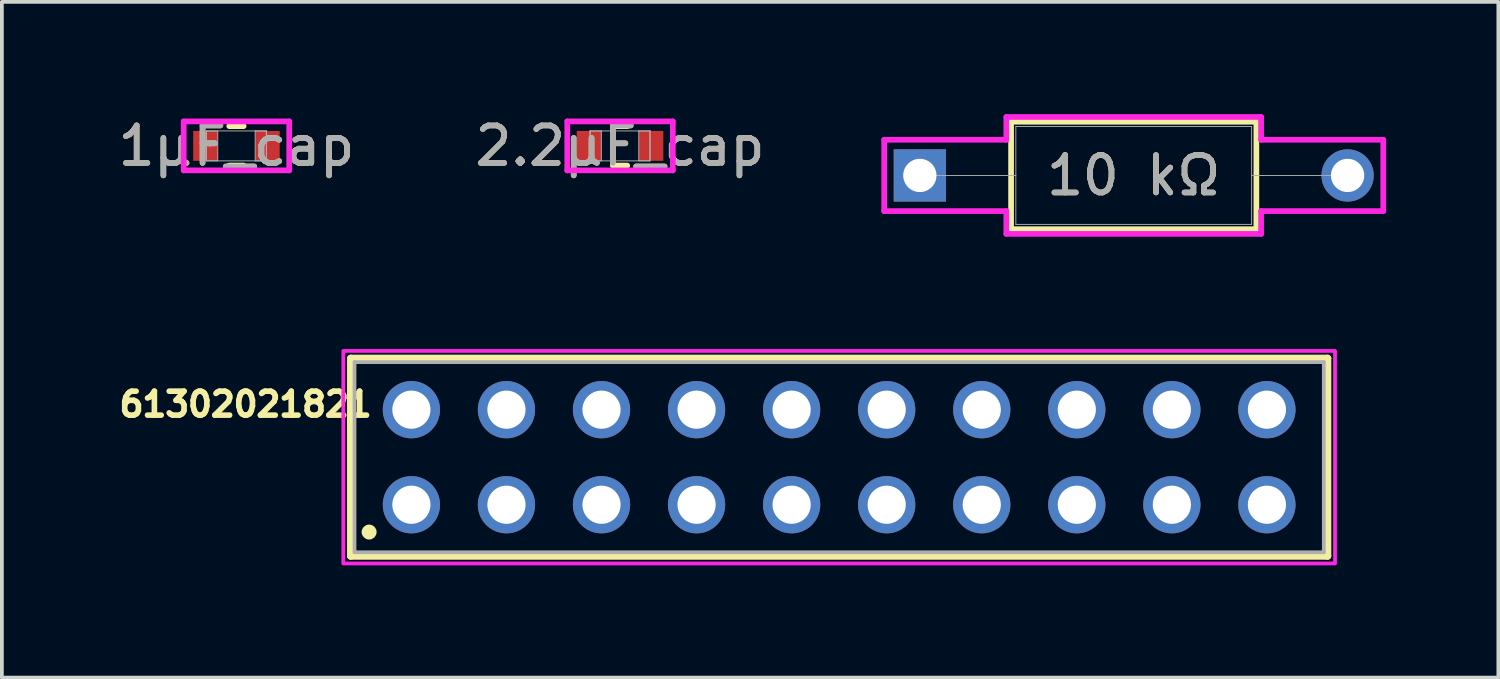
<source format=kicad_pcb>
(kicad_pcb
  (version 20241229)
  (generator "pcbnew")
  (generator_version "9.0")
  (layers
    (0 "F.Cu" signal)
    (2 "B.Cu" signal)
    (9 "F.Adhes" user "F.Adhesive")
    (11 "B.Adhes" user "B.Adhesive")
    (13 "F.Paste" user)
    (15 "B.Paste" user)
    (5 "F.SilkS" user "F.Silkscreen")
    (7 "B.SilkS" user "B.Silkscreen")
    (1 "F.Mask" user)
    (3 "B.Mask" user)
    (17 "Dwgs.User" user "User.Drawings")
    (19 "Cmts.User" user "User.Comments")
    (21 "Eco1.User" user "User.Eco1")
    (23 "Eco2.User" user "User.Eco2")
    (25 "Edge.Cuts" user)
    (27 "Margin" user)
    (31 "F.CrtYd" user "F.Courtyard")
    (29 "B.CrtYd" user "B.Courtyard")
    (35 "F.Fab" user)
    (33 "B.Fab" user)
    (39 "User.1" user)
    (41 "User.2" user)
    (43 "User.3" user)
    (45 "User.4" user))
  (footprint "10 kΩ"
    (layer "F.Cu")
    (at 21.529 1.638)
    (property "Reference" "10 kΩ" (at 5.715 0 0) (unlocked yes) (layer "F.SilkS") (effects (font (size 1 1) (thickness 0.15))))
    (attr through_hole)
    (fp_line (start 2.438 -1.435) (end 2.438 1.435) (stroke (width 0.152) (type solid)) (layer "F.SilkS"))
    (fp_line (start 2.438 1.435) (end 8.992 1.435) (stroke (width 0.152) (type solid)) (layer "F.SilkS"))
    (fp_line (start 8.992 -1.435) (end 2.438 -1.435) (stroke (width 0.152) (type solid)) (layer "F.SilkS"))
    (fp_line (start 8.992 1.435) (end 8.992 -1.435) (stroke (width 0.152) (type solid)) (layer "F.SilkS"))
    (fp_line (start -0.953 -0.953) (end 2.311 -0.953) (stroke (width 0.152) (type solid)) (layer "F.CrtYd"))
    (fp_line (start -0.953 0.953) (end -0.953 -0.953) (stroke (width 0.152) (type solid)) (layer "F.CrtYd"))
    (fp_line (start 2.311 -1.562) (end 9.119 -1.562) (stroke (width 0.152) (type solid)) (layer "F.CrtYd"))
    (fp_line (start 2.311 -0.953) (end 2.311 -1.562) (stroke (width 0.152) (type solid)) (layer "F.CrtYd"))
    (fp_line (start 2.311 0.953) (end -0.953 0.953) (stroke (width 0.152) (type solid)) (layer "F.CrtYd"))
    (fp_line (start 2.311 1.562) (end 2.311 0.953) (stroke (width 0.152) (type solid)) (layer "F.CrtYd"))
    (fp_line (start 9.119 -1.562) (end 9.119 -0.953) (stroke (width 0.152) (type solid)) (layer "F.CrtYd"))
    (fp_line (start 9.119 -0.953) (end 12.383 -0.953) (stroke (width 0.152) (type solid)) (layer "F.CrtYd"))
    (fp_line (start 9.119 0.953) (end 9.119 1.562) (stroke (width 0.152) (type solid)) (layer "F.CrtYd"))
    (fp_line (start 9.119 1.562) (end 2.311 1.562) (stroke (width 0.152) (type solid)) (layer "F.CrtYd"))
    (fp_line (start 12.383 -0.953) (end 12.383 0.953) (stroke (width 0.152) (type solid)) (layer "F.CrtYd"))
    (fp_line (start 12.383 0.953) (end 9.119 0.953) (stroke (width 0.152) (type solid)) (layer "F.CrtYd"))
    (fp_line (start 0 0) (end 2.565 0) (stroke (width 0.025) (type solid)) (layer "F.Fab"))
    (fp_line (start 2.565 -1.308) (end 2.565 1.308) (stroke (width 0.025) (type solid)) (layer "F.Fab"))
    (fp_line (start 2.565 1.308) (end 8.865 1.308) (stroke (width 0.025) (type solid)) (layer "F.Fab"))
    (fp_line (start 8.865 -1.308) (end 2.565 -1.308) (stroke (width 0.025) (type solid)) (layer "F.Fab"))
    (fp_line (start 8.865 1.308) (end 8.865 -1.308) (stroke (width 0.025) (type solid)) (layer "F.Fab"))
    (fp_line (start 11.43 0) (end 8.865 0) (stroke (width 0.025) (type solid)) (layer "F.Fab"))
    (fp_text user "${REFERENCE}" (at 5.715 0 0) (unlocked yes) (layer "F.Fab") (effects (font (size 1 1) (thickness 0.15))))
    (pad "1" thru_hole rect (at 0 0) (size 1.397 1.397) (drill 0.889) (layers "*.Cu" "*.Mask"))
    (pad "2" thru_hole circle (at 11.43 0) (size 1.397 1.397) (drill 0.889) (layers "*.Cu" "*.Mask")))
  (footprint "2.2µF_cap"
    (layer "F.Cu")
    (at 13.518 0.848)
    (property "Reference" "2.2µF_cap" (at 0 0 0) (unlocked yes) (layer "F.SilkS") (effects (font (size 1 1) (thickness 0.15))))
    (attr smd)
    (fp_line (start -0.192 0.527) (end 0.192 0.527) (stroke (width 0.152) (type solid)) (layer "F.SilkS"))
    (fp_line (start 0.192 -0.527) (end -0.192 -0.527) (stroke (width 0.152) (type solid)) (layer "F.SilkS"))
    (fp_line (start -1.41 -0.654) (end 1.41 -0.654) (stroke (width 0.152) (type solid)) (layer "F.CrtYd"))
    (fp_line (start -1.41 0.654) (end -1.41 -0.654) (stroke (width 0.152) (type solid)) (layer "F.CrtYd"))
    (fp_line (start 1.41 -0.654) (end 1.41 0.654) (stroke (width 0.152) (type solid)) (layer "F.CrtYd"))
    (fp_line (start 1.41 0.654) (end -1.41 0.654) (stroke (width 0.152) (type solid)) (layer "F.CrtYd"))
    (fp_line (start -0.8 -0.4) (end -0.8 0.4) (stroke (width 0.025) (type solid)) (layer "F.Fab"))
    (fp_line (start -0.8 -0.4) (end -0.8 0.4) (stroke (width 0.025) (type solid)) (layer "F.Fab"))
    (fp_line (start -0.8 0.4) (end -0.5 0.4) (stroke (width 0.025) (type solid)) (layer "F.Fab"))
    (fp_line (start -0.8 0.4) (end 0.8 0.4) (stroke (width 0.025) (type solid)) (layer "F.Fab"))
    (fp_line (start -0.5 -0.4) (end -0.8 -0.4) (stroke (width 0.025) (type solid)) (layer "F.Fab"))
    (fp_line (start -0.5 0.4) (end -0.5 -0.4) (stroke (width 0.025) (type solid)) (layer "F.Fab"))
    (fp_line (start 0.5 -0.4) (end 0.5 0.4) (stroke (width 0.025) (type solid)) (layer "F.Fab"))
    (fp_line (start 0.5 0.4) (end 0.8 0.4) (stroke (width 0.025) (type solid)) (layer "F.Fab"))
    (fp_line (start 0.8 -0.4) (end -0.8 -0.4) (stroke (width 0.025) (type solid)) (layer "F.Fab"))
    (fp_line (start 0.8 -0.4) (end 0.5 -0.4) (stroke (width 0.025) (type solid)) (layer "F.Fab"))
    (fp_line (start 0.8 0.4) (end 0.8 -0.4) (stroke (width 0.025) (type solid)) (layer "F.Fab"))
    (fp_line (start 0.8 0.4) (end 0.8 -0.4) (stroke (width 0.025) (type solid)) (layer "F.Fab"))
    (fp_circle (center -0.701 0) (end -0.701 0) (stroke (width 0.025) (type solid)) (fill no) (layer "F.Fab"))
    (fp_text user "${REFERENCE}" (at 0 0 0) (unlocked yes) (layer "F.Fab") (effects (font (size 1 1) (thickness 0.15))))
    (pad "1" smd rect (at -0.828 0) (size 0.656 0.8) (layers "F.Cu" "F.Mask" "F.Paste"))
    (pad "2" smd rect (at 0.828 0) (size 0.656 0.8) (layers "F.Cu" "F.Mask" "F.Paste"))
    (zone (net_name "") (layer "F.Cu") (hatch full 0.508) (connect_pads) (min_thickness 0.254) (filled_areas_thickness no) (keepout (tracks not_allowed) (vias not_allowed) (pads allowed) (copperpour not_allowed) (footprints allowed)) (placement (enabled no)) (fill) (polygon (pts (xy 13.069 0.499) (xy 13.967 0.499) (xy 13.967 1.197) (xy 13.069 1.197)))))
  (footprint "61302021821"
    (layer "F.Cu")
    (at 19.373 9.167)
    (property "Reference" "61302021821" (at -15.86 -1.413 0) (layer "F.SilkS") (effects (font (size 0.64 0.64) (thickness 0.15))))
    (attr through_hole)
    (fp_line (start -13.05 -2.64) (end 13.05 -2.64) (stroke (width 0.2) (type solid)) (layer "F.SilkS"))
    (fp_line (start -13.05 2.64) (end -13.05 -2.64) (stroke (width 0.2) (type solid)) (layer "F.SilkS"))
    (fp_line (start 13.05 -2.64) (end 13.05 2.64) (stroke (width 0.2) (type solid)) (layer "F.SilkS"))
    (fp_line (start 13.05 2.64) (end -13.05 2.64) (stroke (width 0.2) (type solid)) (layer "F.SilkS"))
    (fp_circle (center -12.56 2) (end -12.46 2) (stroke (width 0.2) (type solid)) (fill no) (layer "F.SilkS"))
    (fp_poly (pts (xy -13.25 -2.84) (xy 13.25 -2.84) (xy 13.25 2.84) (xy -13.25 2.84)) (stroke (width 0.1) (type solid)) (fill no) (layer "F.CrtYd"))
    (fp_line (start -12.95 -2.54) (end -12.95 2.54) (stroke (width 0.1) (type solid)) (layer "F.Fab"))
    (fp_line (start -12.95 2.54) (end 12.95 2.54) (stroke (width 0.1) (type solid)) (layer "F.Fab"))
    (fp_line (start 12.95 -2.54) (end -12.95 -2.54) (stroke (width 0.1) (type solid)) (layer "F.Fab"))
    (fp_line (start 12.95 2.54) (end 12.95 -2.54) (stroke (width 0.1) (type solid)) (layer "F.Fab"))
    (pad "1" thru_hole circle (at -11.43 1.27) (size 1.53 1.53) (drill 1.02) (layers "*.Cu" "*.Mask"))
    (pad "2" thru_hole circle (at -11.43 -1.27) (size 1.53 1.53) (drill 1.02) (layers "*.Cu" "*.Mask"))
    (pad "3" thru_hole circle (at -8.89 1.27) (size 1.53 1.53) (drill 1.02) (layers "*.Cu" "*.Mask"))
    (pad "4" thru_hole circle (at -8.89 -1.27) (size 1.53 1.53) (drill 1.02) (layers "*.Cu" "*.Mask"))
    (pad "5" thru_hole circle (at -6.35 1.27) (size 1.53 1.53) (drill 1.02) (layers "*.Cu" "*.Mask"))
    (pad "6" thru_hole circle (at -6.35 -1.27) (size 1.53 1.53) (drill 1.02) (layers "*.Cu" "*.Mask"))
    (pad "7" thru_hole circle (at -3.81 1.27) (size 1.53 1.53) (drill 1.02) (layers "*.Cu" "*.Mask"))
    (pad "8" thru_hole circle (at -3.81 -1.27) (size 1.53 1.53) (drill 1.02) (layers "*.Cu" "*.Mask"))
    (pad "9" thru_hole circle (at -1.27 1.27) (size 1.53 1.53) (drill 1.02) (layers "*.Cu" "*.Mask"))
    (pad "10" thru_hole circle (at -1.27 -1.27) (size 1.53 1.53) (drill 1.02) (layers "*.Cu" "*.Mask"))
    (pad "11" thru_hole circle (at 1.27 1.27) (size 1.53 1.53) (drill 1.02) (layers "*.Cu" "*.Mask"))
    (pad "12" thru_hole circle (at 1.27 -1.27) (size 1.53 1.53) (drill 1.02) (layers "*.Cu" "*.Mask"))
    (pad "13" thru_hole circle (at 3.81 1.27) (size 1.53 1.53) (drill 1.02) (layers "*.Cu" "*.Mask"))
    (pad "14" thru_hole circle (at 3.81 -1.27) (size 1.53 1.53) (drill 1.02) (layers "*.Cu" "*.Mask"))
    (pad "15" thru_hole circle (at 6.35 1.27) (size 1.53 1.53) (drill 1.02) (layers "*.Cu" "*.Mask"))
    (pad "16" thru_hole circle (at 6.35 -1.27) (size 1.53 1.53) (drill 1.02) (layers "*.Cu" "*.Mask"))
    (pad "17" thru_hole circle (at 8.89 1.27) (size 1.53 1.53) (drill 1.02) (layers "*.Cu" "*.Mask"))
    (pad "18" thru_hole circle (at 8.89 -1.27) (size 1.53 1.53) (drill 1.02) (layers "*.Cu" "*.Mask"))
    (pad "19" thru_hole circle (at 11.43 1.27) (size 1.53 1.53) (drill 1.02) (layers "*.Cu" "*.Mask"))
    (pad "20" thru_hole circle (at 11.43 -1.27) (size 1.53 1.53) (drill 1.02) (layers "*.Cu" "*.Mask")))
  (footprint "1µF_cap"
    (layer "F.Cu")
    (at 3.268 0.848)
    (property "Reference" "1µF_cap" (at 0 0 0) (unlocked yes) (layer "F.SilkS") (effects (font (size 1 1) (thickness 0.15))))
    (attr smd)
    (fp_line (start -0.192 0.527) (end 0.192 0.527) (stroke (width 0.152) (type solid)) (layer "F.SilkS"))
    (fp_line (start 0.192 -0.527) (end -0.192 -0.527) (stroke (width 0.152) (type solid)) (layer "F.SilkS"))
    (fp_line (start -1.41 -0.654) (end 1.41 -0.654) (stroke (width 0.152) (type solid)) (layer "F.CrtYd"))
    (fp_line (start -1.41 0.654) (end -1.41 -0.654) (stroke (width 0.152) (type solid)) (layer "F.CrtYd"))
    (fp_line (start 1.41 -0.654) (end 1.41 0.654) (stroke (width 0.152) (type solid)) (layer "F.CrtYd"))
    (fp_line (start 1.41 0.654) (end -1.41 0.654) (stroke (width 0.152) (type solid)) (layer "F.CrtYd"))
    (fp_line (start -0.8 -0.4) (end -0.8 0.4) (stroke (width 0.025) (type solid)) (layer "F.Fab"))
    (fp_line (start -0.8 -0.4) (end -0.8 0.4) (stroke (width 0.025) (type solid)) (layer "F.Fab"))
    (fp_line (start -0.8 0.4) (end -0.5 0.4) (stroke (width 0.025) (type solid)) (layer "F.Fab"))
    (fp_line (start -0.8 0.4) (end 0.8 0.4) (stroke (width 0.025) (type solid)) (layer "F.Fab"))
    (fp_line (start -0.5 -0.4) (end -0.8 -0.4) (stroke (width 0.025) (type solid)) (layer "F.Fab"))
    (fp_line (start -0.5 0.4) (end -0.5 -0.4) (stroke (width 0.025) (type solid)) (layer "F.Fab"))
    (fp_line (start 0.5 -0.4) (end 0.5 0.4) (stroke (width 0.025) (type solid)) (layer "F.Fab"))
    (fp_line (start 0.5 0.4) (end 0.8 0.4) (stroke (width 0.025) (type solid)) (layer "F.Fab"))
    (fp_line (start 0.8 -0.4) (end -0.8 -0.4) (stroke (width 0.025) (type solid)) (layer "F.Fab"))
    (fp_line (start 0.8 -0.4) (end 0.5 -0.4) (stroke (width 0.025) (type solid)) (layer "F.Fab"))
    (fp_line (start 0.8 0.4) (end 0.8 -0.4) (stroke (width 0.025) (type solid)) (layer "F.Fab"))
    (fp_line (start 0.8 0.4) (end 0.8 -0.4) (stroke (width 0.025) (type solid)) (layer "F.Fab"))
    (fp_circle (center -0.701 0) (end -0.701 0) (stroke (width 0.025) (type solid)) (fill no) (layer "F.Fab"))
    (fp_text user "${REFERENCE}" (at 0 0 0) (unlocked yes) (layer "F.Fab") (effects (font (size 1 1) (thickness 0.15))))
    (pad "1" smd rect (at -0.828 0) (size 0.656 0.8) (layers "F.Cu" "F.Mask" "F.Paste"))
    (pad "2" smd rect (at 0.828 0) (size 0.656 0.8) (layers "F.Cu" "F.Mask" "F.Paste"))
    (zone (net_name "") (layer "F.Cu") (hatch full 0.508) (connect_pads) (min_thickness 0.254) (filled_areas_thickness no) (keepout (tracks not_allowed) (vias not_allowed) (pads allowed) (copperpour not_allowed) (footprints allowed)) (placement (enabled no)) (fill) (polygon (pts (xy 2.819 0.499) (xy 3.717 0.499) (xy 3.717 1.197) (xy 2.819 1.197)))))
  (gr_rect
    (start -3 -3)
    (end 36.987 15.057)
    (stroke (width 0.1) (type default))
    (fill no)
    (layer "Edge.Cuts")))
</source>
